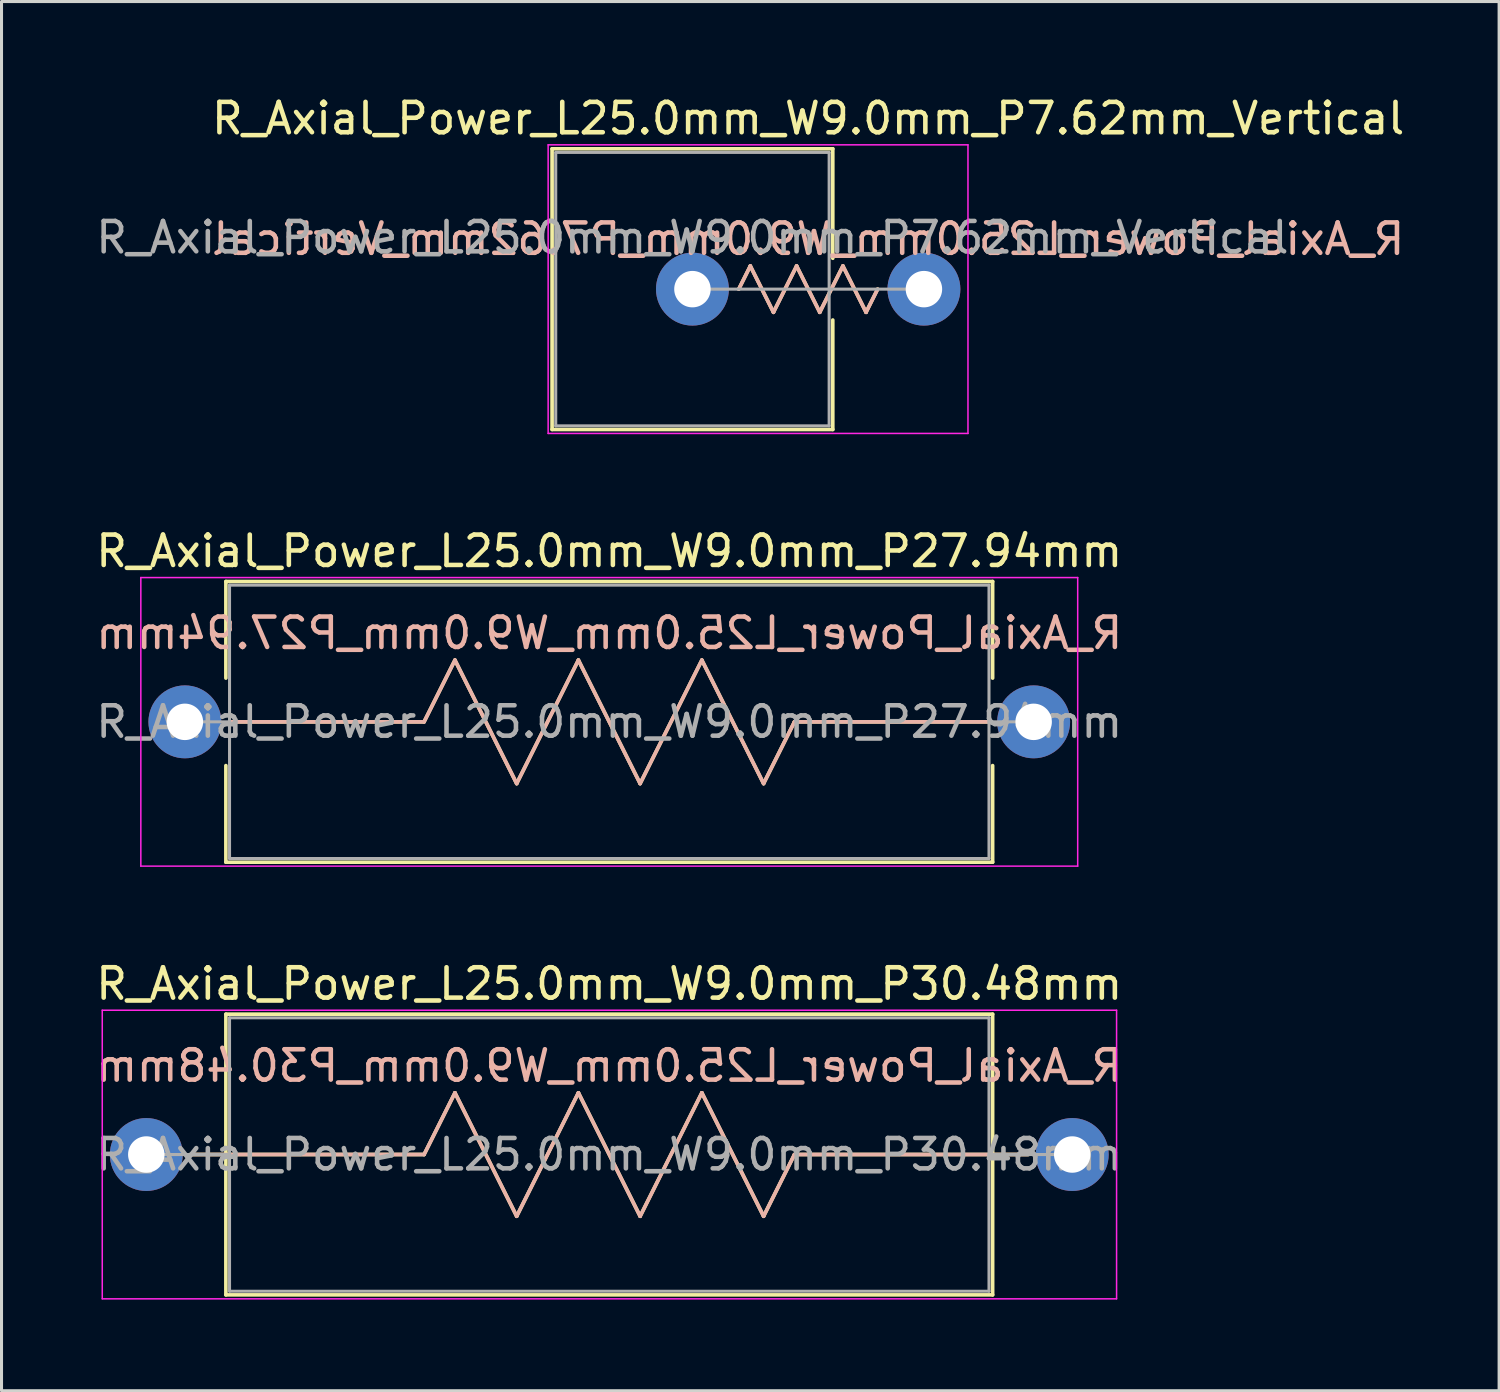
<source format=kicad_pcb>
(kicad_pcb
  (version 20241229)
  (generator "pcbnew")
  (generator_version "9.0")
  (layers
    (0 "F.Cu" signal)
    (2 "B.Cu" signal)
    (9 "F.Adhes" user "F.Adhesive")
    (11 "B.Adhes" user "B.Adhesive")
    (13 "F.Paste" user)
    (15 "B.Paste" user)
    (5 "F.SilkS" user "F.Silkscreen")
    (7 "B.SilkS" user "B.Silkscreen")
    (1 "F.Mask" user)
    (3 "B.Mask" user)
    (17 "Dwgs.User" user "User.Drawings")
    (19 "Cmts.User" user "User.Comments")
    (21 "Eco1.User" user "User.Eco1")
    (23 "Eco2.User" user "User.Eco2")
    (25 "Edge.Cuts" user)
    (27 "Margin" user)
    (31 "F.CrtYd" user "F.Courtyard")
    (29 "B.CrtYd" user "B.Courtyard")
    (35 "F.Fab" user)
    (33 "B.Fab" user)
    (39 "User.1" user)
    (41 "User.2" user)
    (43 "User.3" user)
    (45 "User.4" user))
  (footprint "R_Axial_Power_L25.0mm_W9.0mm_P30.48mm"
    (layer "F.Cu")
    (at 1.766 34.955)
    (property "Reference" "R_Axial_Power_L25.0mm_W9.0mm_P30.48mm" (at 15.24 -5.62 0) (layer "F.SilkS") (effects (font (size 1 1) (thickness 0.15))))
    (attr through_hole)
    (fp_line (start 1.44 0) (end 2.62 0) (stroke (width 0.12) (type solid)) (layer "F.SilkS"))
    (fp_line (start 2.62 -4.62) (end 2.62 4.62) (stroke (width 0.12) (type solid)) (layer "F.SilkS"))
    (fp_line (start 2.62 0) (end 9.144 0) (stroke (width 0.12) (type solid)) (layer "F.SilkS"))
    (fp_line (start 2.62 4.62) (end 27.86 4.62) (stroke (width 0.12) (type solid)) (layer "F.SilkS"))
    (fp_line (start 9.144 0) (end 10.16 -2.032) (stroke (width 0.12) (type solid)) (layer "F.SilkS"))
    (fp_line (start 10.16 -2.032) (end 12.192 2.032) (stroke (width 0.12) (type solid)) (layer "F.SilkS"))
    (fp_line (start 12.192 2.032) (end 14.224 -2.032) (stroke (width 0.12) (type solid)) (layer "F.SilkS"))
    (fp_line (start 14.224 -2.032) (end 16.256 2.032) (stroke (width 0.12) (type solid)) (layer "F.SilkS"))
    (fp_line (start 16.256 2.032) (end 18.288 -2.032) (stroke (width 0.12) (type solid)) (layer "F.SilkS"))
    (fp_line (start 18.288 -2.032) (end 20.32 2.032) (stroke (width 0.12) (type solid)) (layer "F.SilkS"))
    (fp_line (start 20.32 2.032) (end 21.336 0) (stroke (width 0.12) (type solid)) (layer "F.SilkS"))
    (fp_line (start 27.86 -4.62) (end 2.62 -4.62) (stroke (width 0.12) (type solid)) (layer "F.SilkS"))
    (fp_line (start 27.86 0) (end 21.336 0) (stroke (width 0.12) (type solid)) (layer "F.SilkS"))
    (fp_line (start 27.86 4.62) (end 27.86 -4.62) (stroke (width 0.12) (type solid)) (layer "F.SilkS"))
    (fp_line (start 29.04 0) (end 27.86 0) (stroke (width 0.12) (type solid)) (layer "F.SilkS"))
    (fp_line (start 1.46 0) (end 9.144 0) (stroke (width 0.12) (type solid)) (layer "B.SilkS"))
    (fp_line (start 9.144 0) (end 10.16 -2.032) (stroke (width 0.12) (type solid)) (layer "B.SilkS"))
    (fp_line (start 10.16 -2.032) (end 12.192 2.032) (stroke (width 0.12) (type solid)) (layer "B.SilkS"))
    (fp_line (start 12.192 2.032) (end 14.224 -2.032) (stroke (width 0.12) (type solid)) (layer "B.SilkS"))
    (fp_line (start 14.224 -2.032) (end 16.256 2.032) (stroke (width 0.12) (type solid)) (layer "B.SilkS"))
    (fp_line (start 16.256 2.032) (end 18.288 -2.032) (stroke (width 0.12) (type solid)) (layer "B.SilkS"))
    (fp_line (start 18.288 -2.032) (end 20.32 2.032) (stroke (width 0.12) (type solid)) (layer "B.SilkS"))
    (fp_line (start 20.32 2.032) (end 21.336 0) (stroke (width 0.12) (type solid)) (layer "B.SilkS"))
    (fp_line (start 21.336 0) (end 29.02 0) (stroke (width 0.12) (type solid)) (layer "B.SilkS"))
    (fp_line (start -1.45 -4.75) (end -1.45 4.75) (stroke (width 0.05) (type solid)) (layer "F.CrtYd"))
    (fp_line (start -1.45 4.75) (end 31.94 4.75) (stroke (width 0.05) (type solid)) (layer "F.CrtYd"))
    (fp_line (start 31.94 -4.75) (end -1.45 -4.75) (stroke (width 0.05) (type solid)) (layer "F.CrtYd"))
    (fp_line (start 31.94 4.75) (end 31.94 -4.75) (stroke (width 0.05) (type solid)) (layer "F.CrtYd"))
    (fp_line (start 0 0) (end 2.74 0) (stroke (width 0.1) (type solid)) (layer "F.Fab"))
    (fp_line (start 2.74 -4.5) (end 2.74 4.5) (stroke (width 0.1) (type solid)) (layer "F.Fab"))
    (fp_line (start 2.74 4.5) (end 27.74 4.5) (stroke (width 0.1) (type solid)) (layer "F.Fab"))
    (fp_line (start 27.74 -4.5) (end 2.74 -4.5) (stroke (width 0.1) (type solid)) (layer "F.Fab"))
    (fp_line (start 27.74 4.5) (end 27.74 -4.5) (stroke (width 0.1) (type solid)) (layer "F.Fab"))
    (fp_line (start 30.48 0) (end 27.74 0) (stroke (width 0.1) (type solid)) (layer "F.Fab"))
    (fp_text user "${REFERENCE}" (at 15.24 -2.921 0) (unlocked yes) (layer "B.SilkS") (effects (font (size 1 1) (thickness 0.15)) (justify mirror)))
    (fp_text user "${REFERENCE}" (at 15.24 0 0) (layer "F.Fab") (effects (font (size 1 1) (thickness 0.15))))
    (pad "1" thru_hole circle (at 0 0) (size 2.4 2.4) (drill 1.2) (layers "*.Cu" "*.Mask"))
    (pad "2" thru_hole oval (at 30.48 0) (size 2.4 2.4) (drill 1.2) (layers "*.Cu" "*.Mask")))
  (footprint "R_Axial_Power_L25.0mm_W9.0mm_P27.94mm"
    (layer "F.Cu")
    (at 3.036 20.712)
    (property "Reference" "R_Axial_Power_L25.0mm_W9.0mm_P27.94mm" (at 13.97 -5.62 0) (layer "F.SilkS") (effects (font (size 1 1) (thickness 0.15))))
    (attr through_hole)
    (fp_line (start 1.35 -4.62) (end 26.59 -4.62) (stroke (width 0.12) (type solid)) (layer "F.SilkS"))
    (fp_line (start 1.35 -1.44) (end 1.35 -4.62) (stroke (width 0.12) (type solid)) (layer "F.SilkS"))
    (fp_line (start 1.35 1.44) (end 1.35 4.62) (stroke (width 0.12) (type solid)) (layer "F.SilkS"))
    (fp_line (start 1.35 4.62) (end 26.59 4.62) (stroke (width 0.12) (type solid)) (layer "F.SilkS"))
    (fp_line (start 1.524 0) (end 7.874 0) (stroke (width 0.12) (type solid)) (layer "F.SilkS"))
    (fp_line (start 7.874 0) (end 8.89 -2.032) (stroke (width 0.12) (type solid)) (layer "F.SilkS"))
    (fp_line (start 8.89 -2.032) (end 10.922 2.032) (stroke (width 0.12) (type solid)) (layer "F.SilkS"))
    (fp_line (start 10.922 2.032) (end 12.954 -2.032) (stroke (width 0.12) (type solid)) (layer "F.SilkS"))
    (fp_line (start 12.954 -2.032) (end 14.986 2.032) (stroke (width 0.12) (type solid)) (layer "F.SilkS"))
    (fp_line (start 14.986 2.032) (end 17.018 -2.032) (stroke (width 0.12) (type solid)) (layer "F.SilkS"))
    (fp_line (start 17.018 -2.032) (end 19.05 2.032) (stroke (width 0.12) (type solid)) (layer "F.SilkS"))
    (fp_line (start 19.05 2.032) (end 20.066 0) (stroke (width 0.12) (type solid)) (layer "F.SilkS"))
    (fp_line (start 26.416 0) (end 20.066 0) (stroke (width 0.12) (type solid)) (layer "F.SilkS"))
    (fp_line (start 26.59 -4.62) (end 26.59 -1.44) (stroke (width 0.12) (type solid)) (layer "F.SilkS"))
    (fp_line (start 26.59 4.62) (end 26.59 1.44) (stroke (width 0.12) (type solid)) (layer "F.SilkS"))
    (fp_line (start 1.524 0) (end 7.874 0) (stroke (width 0.12) (type solid)) (layer "B.SilkS"))
    (fp_line (start 7.874 0) (end 8.89 -2.032) (stroke (width 0.12) (type solid)) (layer "B.SilkS"))
    (fp_line (start 8.89 -2.032) (end 10.922 2.032) (stroke (width 0.12) (type solid)) (layer "B.SilkS"))
    (fp_line (start 10.922 2.032) (end 12.954 -2.032) (stroke (width 0.12) (type solid)) (layer "B.SilkS"))
    (fp_line (start 12.954 -2.032) (end 14.986 2.032) (stroke (width 0.12) (type solid)) (layer "B.SilkS"))
    (fp_line (start 14.986 2.032) (end 17.018 -2.032) (stroke (width 0.12) (type solid)) (layer "B.SilkS"))
    (fp_line (start 17.018 -2.032) (end 19.05 2.032) (stroke (width 0.12) (type solid)) (layer "B.SilkS"))
    (fp_line (start 19.05 2.032) (end 20.066 0) (stroke (width 0.12) (type solid)) (layer "B.SilkS"))
    (fp_line (start 20.066 0) (end 26.416 0) (stroke (width 0.12) (type solid)) (layer "B.SilkS"))
    (fp_line (start -1.45 -4.75) (end -1.45 4.75) (stroke (width 0.05) (type solid)) (layer "F.CrtYd"))
    (fp_line (start -1.45 4.75) (end 29.39 4.75) (stroke (width 0.05) (type solid)) (layer "F.CrtYd"))
    (fp_line (start 29.39 -4.75) (end -1.45 -4.75) (stroke (width 0.05) (type solid)) (layer "F.CrtYd"))
    (fp_line (start 29.39 4.75) (end 29.39 -4.75) (stroke (width 0.05) (type solid)) (layer "F.CrtYd"))
    (fp_line (start 0 0) (end 1.47 0) (stroke (width 0.1) (type solid)) (layer "F.Fab"))
    (fp_line (start 1.47 -4.5) (end 1.47 4.5) (stroke (width 0.1) (type solid)) (layer "F.Fab"))
    (fp_line (start 1.47 4.5) (end 26.47 4.5) (stroke (width 0.1) (type solid)) (layer "F.Fab"))
    (fp_line (start 26.47 -4.5) (end 1.47 -4.5) (stroke (width 0.1) (type solid)) (layer "F.Fab"))
    (fp_line (start 26.47 4.5) (end 26.47 -4.5) (stroke (width 0.1) (type solid)) (layer "F.Fab"))
    (fp_line (start 27.94 0) (end 26.47 0) (stroke (width 0.1) (type solid)) (layer "F.Fab"))
    (fp_text user "${REFERENCE}" (at 13.97 -2.921 0) (unlocked yes) (layer "B.SilkS") (effects (font (size 1 1) (thickness 0.15)) (justify mirror)))
    (fp_text user "${REFERENCE}" (at 13.97 0 0) (layer "F.Fab") (effects (font (size 1 1) (thickness 0.15))))
    (pad "1" thru_hole circle (at 0 0) (size 2.4 2.4) (drill 1.2) (layers "*.Cu" "*.Mask"))
    (pad "2" thru_hole oval (at 27.94 0) (size 2.4 2.4) (drill 1.2) (layers "*.Cu" "*.Mask")))
  (footprint "R_Axial_Power_L25.0mm_W9.0mm_P7.62mm_Vertical"
    (layer "F.Cu")
    (at 19.744 6.468)
    (property "Reference" "R_Axial_Power_L25.0mm_W9.0mm_P7.62mm_Vertical" (at 3.81 -5.62 0) (layer "F.SilkS") (effects (font (size 1 1) (thickness 0.15))))
    (attr through_hole)
    (fp_line (start -4.62 -4.62) (end -4.62 4.62) (stroke (width 0.12) (type solid)) (layer "F.SilkS"))
    (fp_line (start -4.62 4.62) (end 4.62 4.62) (stroke (width 0.12) (type solid)) (layer "F.SilkS"))
    (fp_line (start 1.524 0) (end 1.905 -0.762) (stroke (width 0.12) (type solid)) (layer "F.SilkS"))
    (fp_line (start 1.905 -0.762) (end 2.667 0.762) (stroke (width 0.12) (type solid)) (layer "F.SilkS"))
    (fp_line (start 2.667 0.762) (end 3.429 -0.762) (stroke (width 0.12) (type solid)) (layer "F.SilkS"))
    (fp_line (start 3.429 -0.762) (end 4.191 0.762) (stroke (width 0.12) (type solid)) (layer "F.SilkS"))
    (fp_line (start 4.191 0.762) (end 4.953 -0.762) (stroke (width 0.12) (type solid)) (layer "F.SilkS"))
    (fp_line (start 4.62 -4.62) (end -4.62 -4.62) (stroke (width 0.12) (type solid)) (layer "F.SilkS"))
    (fp_line (start 4.62 -1.016) (end 4.62 -4.62) (stroke (width 0.12) (type solid)) (layer "F.SilkS"))
    (fp_line (start 4.62 4.62) (end 4.62 1.016) (stroke (width 0.12) (type solid)) (layer "F.SilkS"))
    (fp_line (start 4.953 -0.762) (end 5.715 0.762) (stroke (width 0.12) (type solid)) (layer "F.SilkS"))
    (fp_line (start 5.715 0.762) (end 6.096 0) (stroke (width 0.12) (type solid)) (layer "F.SilkS"))
    (fp_line (start 1.524 0) (end 1.905 -0.762) (stroke (width 0.12) (type solid)) (layer "B.SilkS"))
    (fp_line (start 1.905 -0.762) (end 2.667 0.762) (stroke (width 0.12) (type solid)) (layer "B.SilkS"))
    (fp_line (start 2.667 0.762) (end 3.429 -0.762) (stroke (width 0.12) (type solid)) (layer "B.SilkS"))
    (fp_line (start 3.429 -0.762) (end 4.191 0.762) (stroke (width 0.12) (type solid)) (layer "B.SilkS"))
    (fp_line (start 4.191 0.762) (end 4.953 -0.762) (stroke (width 0.12) (type solid)) (layer "B.SilkS"))
    (fp_line (start 4.953 -0.762) (end 5.715 0.762) (stroke (width 0.12) (type solid)) (layer "B.SilkS"))
    (fp_line (start 5.715 0.762) (end 6.096 0) (stroke (width 0.12) (type solid)) (layer "B.SilkS"))
    (fp_line (start -4.75 -4.75) (end -4.75 4.75) (stroke (width 0.05) (type solid)) (layer "F.CrtYd"))
    (fp_line (start -4.75 4.75) (end 9.07 4.75) (stroke (width 0.05) (type solid)) (layer "F.CrtYd"))
    (fp_line (start 9.07 -4.75) (end -4.75 -4.75) (stroke (width 0.05) (type solid)) (layer "F.CrtYd"))
    (fp_line (start 9.07 4.75) (end 9.07 -4.75) (stroke (width 0.05) (type solid)) (layer "F.CrtYd"))
    (fp_line (start -4.5 -4.5) (end -4.5 4.5) (stroke (width 0.1) (type solid)) (layer "F.Fab"))
    (fp_line (start -4.5 4.5) (end 4.5 4.5) (stroke (width 0.1) (type solid)) (layer "F.Fab"))
    (fp_line (start 0 0) (end 7.62 0) (stroke (width 0.1) (type solid)) (layer "F.Fab"))
    (fp_line (start 4.5 -4.5) (end -4.5 -4.5) (stroke (width 0.1) (type solid)) (layer "F.Fab"))
    (fp_line (start 4.5 4.5) (end 4.5 -4.5) (stroke (width 0.1) (type solid)) (layer "F.Fab"))
    (fp_text user "${REFERENCE}" (at 3.81 -1.651 0) (unlocked yes) (layer "B.SilkS") (effects (font (size 1 1) (thickness 0.15)) (justify mirror)))
    (fp_text user "${REFERENCE}" (at 0 -1.7 0) (layer "F.Fab") (effects (font (size 1 1) (thickness 0.15))))
    (pad "1" thru_hole circle (at 0 0) (size 2.4 2.4) (drill 1.2) (layers "*.Cu" "*.Mask"))
    (pad "2" thru_hole oval (at 7.62 0) (size 2.4 2.4) (drill 1.2) (layers "*.Cu" "*.Mask")))
  (gr_rect
    (start -3 -3)
    (end 46.298 42.73)
    (stroke (width 0.1) (type default))
    (fill no)
    (layer "Edge.Cuts")))
</source>
